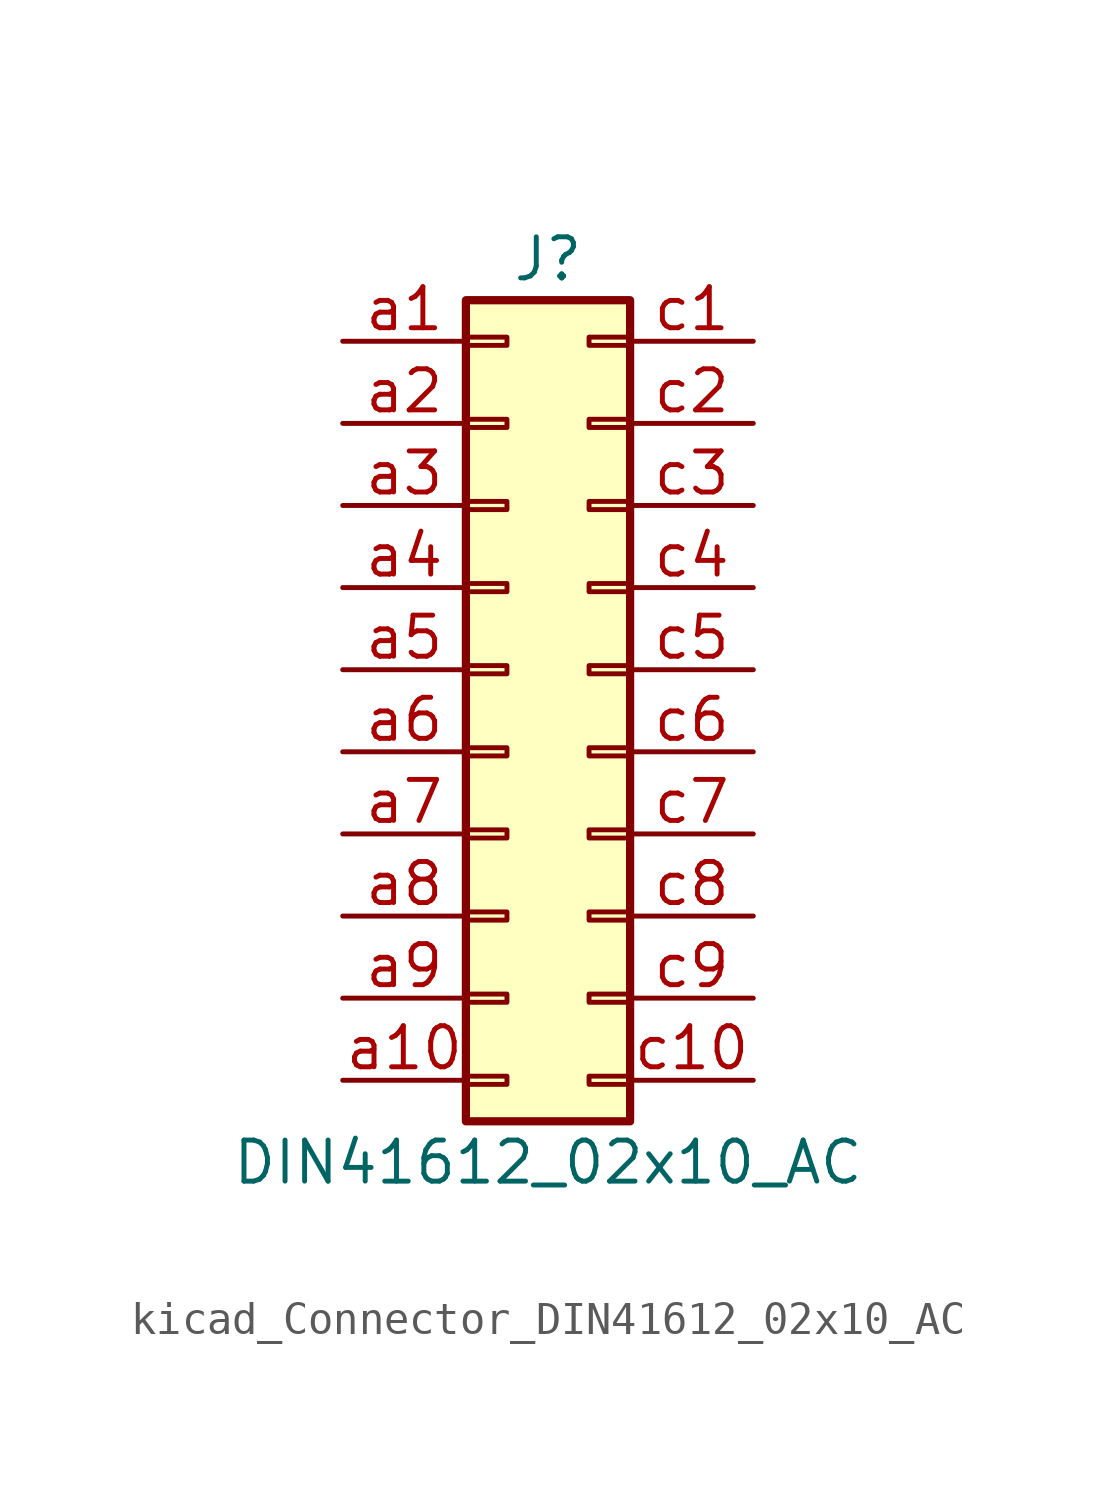
<source format=kicad_sym>
(kicad_symbol_lib
  (version 20220914)
  (generator kicad_symbol_editor)
  (symbol "kicad_Connector_DIN41612_02x10_AC"
    (pin_names
      (offset 1.016) hide)
    (property "Reference" "J"
      (at 1.27 12.7 0)
      (effects (font (size 1.27 1.27))))
    (property "Value" "DIN41612_02x10_AC"
      (at 1.27 -15.24 0)
      (effects (font (size 1.27 1.27))))
    (symbol "kicad_Connector_DIN41612_02x10_AC_1_1"
      (rectangle (start -1.27 -12.573) (end 0 -12.827) (stroke (width 0.152) (type default)) (fill (type none)))
      (rectangle (start -1.27 -10.033) (end 0 -10.287) (stroke (width 0.152) (type default)) (fill (type none)))
      (rectangle (start -1.27 -7.493) (end 0 -7.747) (stroke (width 0.152) (type default)) (fill (type none)))
      (rectangle (start -1.27 -4.953) (end 0 -5.207) (stroke (width 0.152) (type default)) (fill (type none)))
      (rectangle (start -1.27 -2.413) (end 0 -2.667) (stroke (width 0.152) (type default)) (fill (type none)))
      (rectangle (start -1.27 0.127) (end 0 -0.127) (stroke (width 0.152) (type default)) (fill (type none)))
      (rectangle (start -1.27 2.667) (end 0 2.413) (stroke (width 0.152) (type default)) (fill (type none)))
      (rectangle (start -1.27 5.207) (end 0 4.953) (stroke (width 0.152) (type default)) (fill (type none)))
      (rectangle (start -1.27 7.747) (end 0 7.493) (stroke (width 0.152) (type default)) (fill (type none)))
      (rectangle (start -1.27 10.287) (end 0 10.033) (stroke (width 0.152) (type default)) (fill (type none)))
      (rectangle (start -1.27 11.43) (end 3.81 -13.97) (stroke (width 0.254) (type default)) (fill (type background)))
      (rectangle (start 3.81 -12.573) (end 2.54 -12.827) (stroke (width 0.152) (type default)) (fill (type none)))
      (rectangle (start 3.81 -10.033) (end 2.54 -10.287) (stroke (width 0.152) (type default)) (fill (type none)))
      (rectangle (start 3.81 -7.493) (end 2.54 -7.747) (stroke (width 0.152) (type default)) (fill (type none)))
      (rectangle (start 3.81 -4.953) (end 2.54 -5.207) (stroke (width 0.152) (type default)) (fill (type none)))
      (rectangle (start 3.81 -2.413) (end 2.54 -2.667) (stroke (width 0.152) (type default)) (fill (type none)))
      (rectangle (start 3.81 0.127) (end 2.54 -0.127) (stroke (width 0.152) (type default)) (fill (type none)))
      (rectangle (start 3.81 2.667) (end 2.54 2.413) (stroke (width 0.152) (type default)) (fill (type none)))
      (rectangle (start 3.81 5.207) (end 2.54 4.953) (stroke (width 0.152) (type default)) (fill (type none)))
      (rectangle (start 3.81 7.747) (end 2.54 7.493) (stroke (width 0.152) (type default)) (fill (type none)))
      (rectangle (start 3.81 10.287) (end 2.54 10.033) (stroke (width 0.152) (type default)) (fill (type none)))
      (pin passive line (at -5.08 10.16 0) (length 3.81) (name "Pin_a1" (effects (font (size 1.27 1.27)))) (number "a1" (effects (font (size 1.27 1.27)))))
      (pin passive line (at -5.08 -12.7 0) (length 3.81) (name "Pin_a10" (effects (font (size 1.27 1.27)))) (number "a10" (effects (font (size 1.27 1.27)))))
      (pin passive line (at -5.08 7.62 0) (length 3.81) (name "Pin_a2" (effects (font (size 1.27 1.27)))) (number "a2" (effects (font (size 1.27 1.27)))))
      (pin passive line (at -5.08 5.08 0) (length 3.81) (name "Pin_a3" (effects (font (size 1.27 1.27)))) (number "a3" (effects (font (size 1.27 1.27)))))
      (pin passive line (at -5.08 2.54 0) (length 3.81) (name "Pin_a4" (effects (font (size 1.27 1.27)))) (number "a4" (effects (font (size 1.27 1.27)))))
      (pin passive line (at -5.08 0 0) (length 3.81) (name "Pin_a5" (effects (font (size 1.27 1.27)))) (number "a5" (effects (font (size 1.27 1.27)))))
      (pin passive line (at -5.08 -2.54 0) (length 3.81) (name "Pin_a6" (effects (font (size 1.27 1.27)))) (number "a6" (effects (font (size 1.27 1.27)))))
      (pin passive line (at -5.08 -5.08 0) (length 3.81) (name "Pin_a7" (effects (font (size 1.27 1.27)))) (number "a7" (effects (font (size 1.27 1.27)))))
      (pin passive line (at -5.08 -7.62 0) (length 3.81) (name "Pin_a8" (effects (font (size 1.27 1.27)))) (number "a8" (effects (font (size 1.27 1.27)))))
      (pin passive line (at -5.08 -10.16 0) (length 3.81) (name "Pin_a9" (effects (font (size 1.27 1.27)))) (number "a9" (effects (font (size 1.27 1.27)))))
      (pin passive line (at 7.62 10.16 180) (length 3.81) (name "Pin_c1" (effects (font (size 1.27 1.27)))) (number "c1" (effects (font (size 1.27 1.27)))))
      (pin passive line (at 7.62 -12.7 180) (length 3.81) (name "Pin_c10" (effects (font (size 1.27 1.27)))) (number "c10" (effects (font (size 1.27 1.27)))))
      (pin passive line (at 7.62 7.62 180) (length 3.81) (name "Pin_c2" (effects (font (size 1.27 1.27)))) (number "c2" (effects (font (size 1.27 1.27)))))
      (pin passive line (at 7.62 5.08 180) (length 3.81) (name "Pin_c3" (effects (font (size 1.27 1.27)))) (number "c3" (effects (font (size 1.27 1.27)))))
      (pin passive line (at 7.62 2.54 180) (length 3.81) (name "Pin_c4" (effects (font (size 1.27 1.27)))) (number "c4" (effects (font (size 1.27 1.27)))))
      (pin passive line (at 7.62 0 180) (length 3.81) (name "Pin_c5" (effects (font (size 1.27 1.27)))) (number "c5" (effects (font (size 1.27 1.27)))))
      (pin passive line (at 7.62 -2.54 180) (length 3.81) (name "Pin_c6" (effects (font (size 1.27 1.27)))) (number "c6" (effects (font (size 1.27 1.27)))))
      (pin passive line (at 7.62 -5.08 180) (length 3.81) (name "Pin_c7" (effects (font (size 1.27 1.27)))) (number "c7" (effects (font (size 1.27 1.27)))))
      (pin passive line (at 7.62 -7.62 180) (length 3.81) (name "Pin_c8" (effects (font (size 1.27 1.27)))) (number "c8" (effects (font (size 1.27 1.27)))))
      (pin passive line (at 7.62 -10.16 180) (length 3.81) (name "Pin_c9" (effects (font (size 1.27 1.27)))) (number "c9" (effects (font (size 1.27 1.27))))))))
</source>
